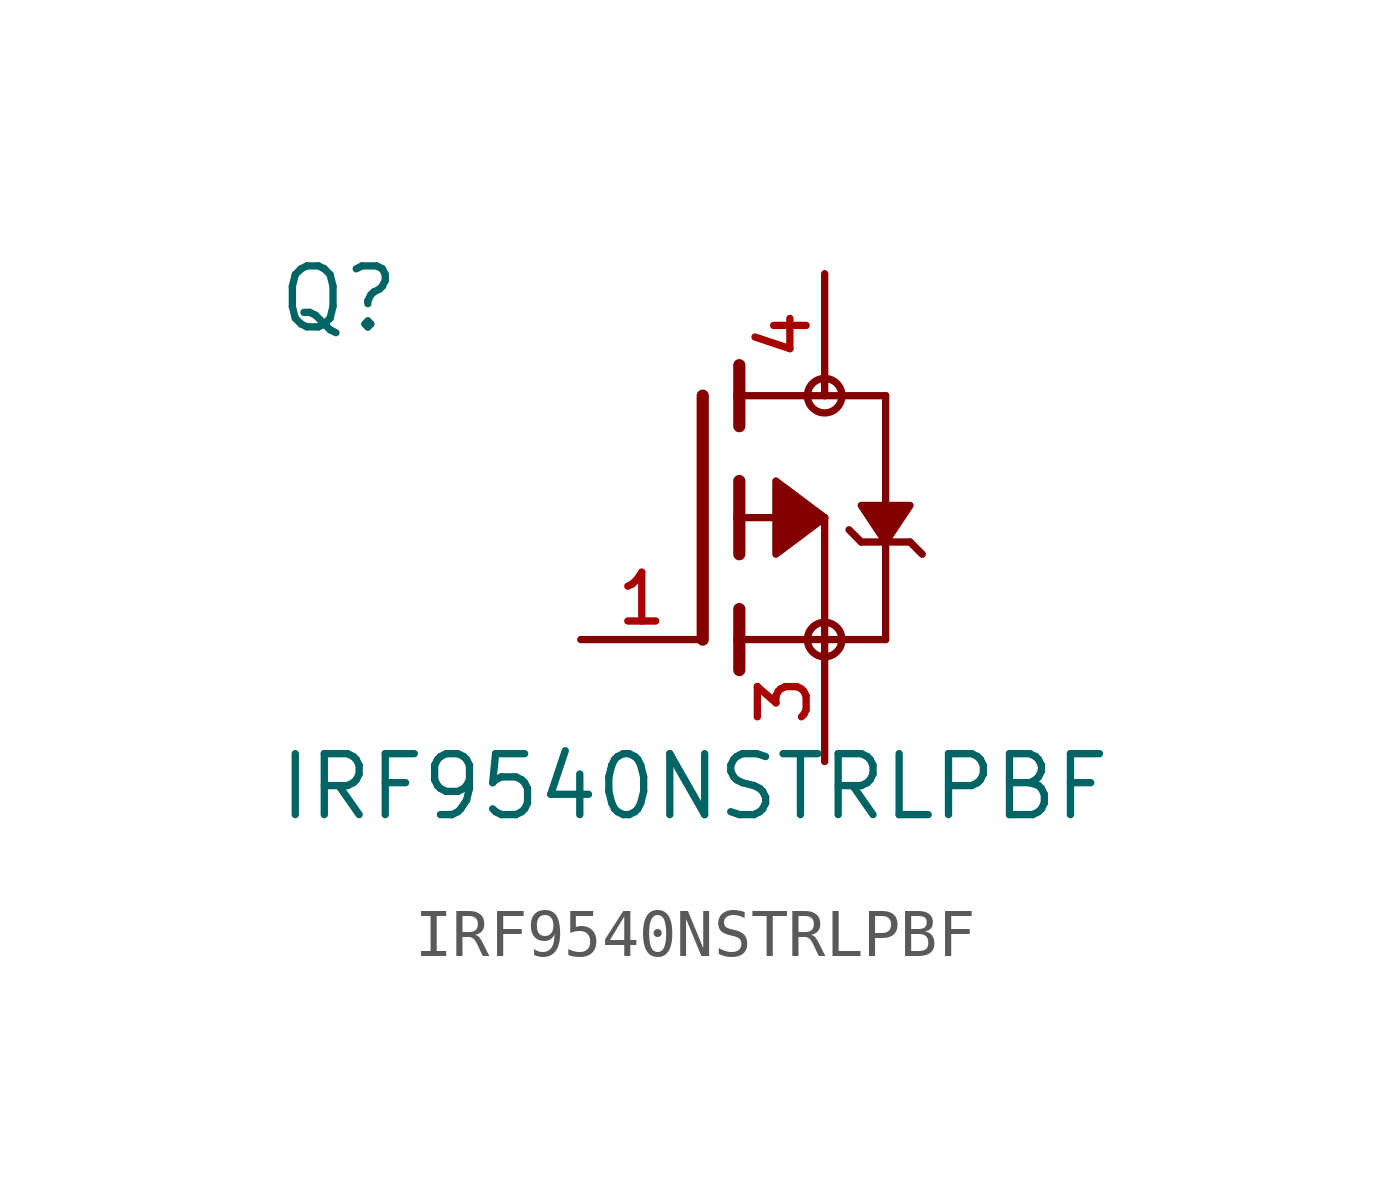
<source format=kicad_sym>
(kicad_symbol_lib
  (version 20211014)
  (generator kicad_symbol_editor)
  (symbol "IRF9540NSTRLPBF"
    (pin_names
      (offset 1.016))
    (property "Reference" "Q"
      (at -8.89 3.81 0)
      (effects (font (size 1.27 1.27)) (justify bottom left)))
    (property "Value" "IRF9540NSTRLPBF"
      (at -8.89 -6.35 0)
      (effects (font (size 1.27 1.27)) (justify bottom left)))
    (symbol "IRF9540NSTRLPBF_0_0"
      (polyline (pts (xy 0.762 -0.762) (xy 0.762 0.0)) (stroke (width 0.254)))
      (polyline (pts (xy 0.762 0.0) (xy 0.762 0.762)) (stroke (width 0.254)))
      (polyline (pts (xy 0.762 -3.175) (xy 0.762 -2.54)) (stroke (width 0.254)))
      (polyline (pts (xy 0.762 -2.54) (xy 0.762 -1.905)) (stroke (width 0.254)))
      (polyline (pts (xy 0.762 0.0) (xy 2.54 0.0)) (stroke (width 0.152)))
      (polyline (pts (xy 0.762 1.905) (xy 0.762 2.54)) (stroke (width 0.254)))
      (polyline (pts (xy 0.762 2.54) (xy 0.762 3.175)) (stroke (width 0.254)))
      (polyline (pts (xy 0.0 -2.54) (xy 0.0 2.54)) (stroke (width 0.254)))
      (polyline (pts (xy 2.54 2.54) (xy 0.762 2.54)) (stroke (width 0.152)))
      (polyline (pts (xy 3.81 2.54) (xy 3.81 -0.508)) (stroke (width 0.152)))
      (polyline (pts (xy 3.81 -0.508) (xy 3.81 -2.54)) (stroke (width 0.152)))
      (polyline (pts (xy 4.572 -0.762) (xy 4.318 -0.508)) (stroke (width 0.152)))
      (polyline (pts (xy 4.318 -0.508) (xy 3.81 -0.508)) (stroke (width 0.152)))
      (polyline (pts (xy 3.81 -0.508) (xy 3.302 -0.508)) (stroke (width 0.152)))
      (polyline (pts (xy 3.302 -0.508) (xy 3.048 -0.254)) (stroke (width 0.152)))
      (circle (center 2.54 2.54) (radius 0.359) (stroke (width 0.0)) (fill (type none)))
      (circle (center 2.54 -2.54) (radius 0.359) (stroke (width 0.0)) (fill (type none)))
      (polyline (pts (xy 3.81 -0.508) (xy 3.302 0.254) (xy 4.318 0.254) (xy 3.81 -0.508)) (stroke (width 0.152)) (fill (type outline)))
      (polyline (pts (xy 2.54 0.0) (xy 1.524 0.762) (xy 1.524 -0.762) (xy 2.54 0.0)) (stroke (width 0.152)) (fill (type outline)))
      (polyline (pts (xy 2.54 2.54) (xy 3.81 2.54)) (stroke (width 0.152)))
      (polyline (pts (xy 2.54 -2.54) (xy 3.81 -2.54)) (stroke (width 0.152)))
      (polyline (pts (xy 2.54 -2.54) (xy 0.762 -2.54)) (stroke (width 0.152)))
      (polyline (pts (xy 2.54 -2.54) (xy 2.54 0.0)) (stroke (width 0.152)))
      (pin passive line (at 2.54 5.08 270.0) (length 2.54) (name "~" (effects (font (size 1.016 1.016)))) (number "4" (effects (font (size 1.016 1.016)))))
      (pin passive line (at -2.54 -2.54 0) (length 2.54) (name "~" (effects (font (size 1.016 1.016)))) (number "1" (effects (font (size 1.016 1.016)))))
      (pin passive line (at 2.54 -5.08 90.0) (length 2.54) (name "~" (effects (font (size 1.016 1.016)))) (number "3" (effects (font (size 1.016 1.016))))))))
</source>
